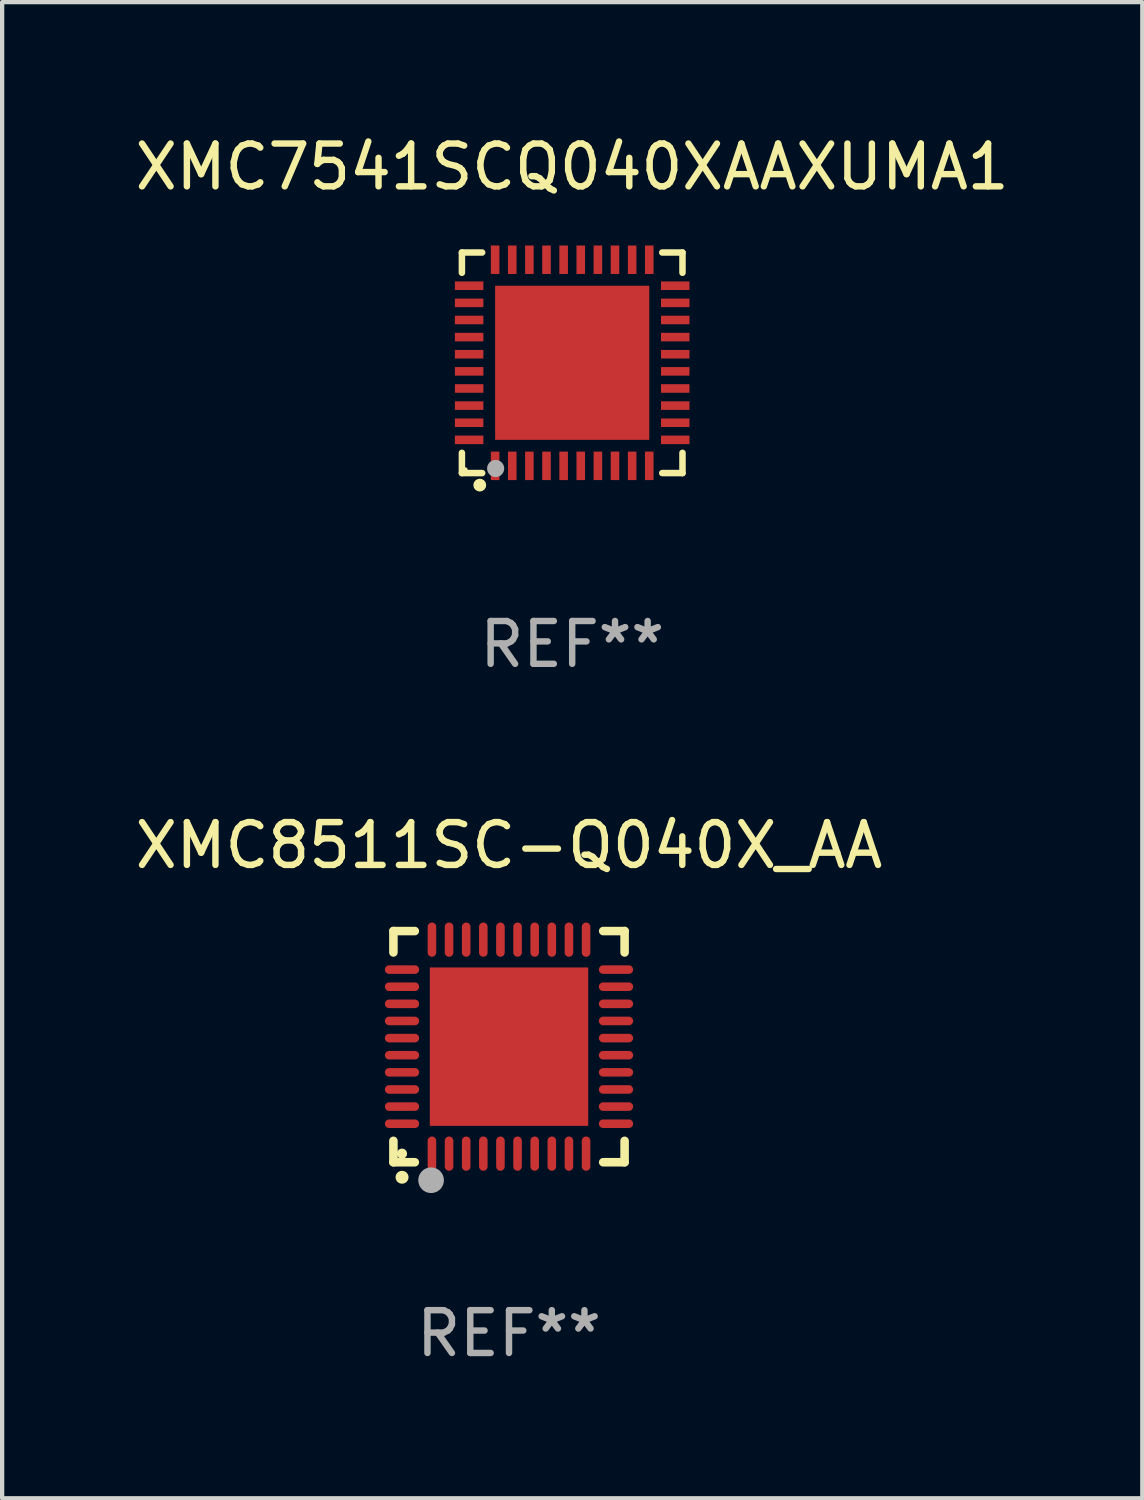
<source format=kicad_pcb>
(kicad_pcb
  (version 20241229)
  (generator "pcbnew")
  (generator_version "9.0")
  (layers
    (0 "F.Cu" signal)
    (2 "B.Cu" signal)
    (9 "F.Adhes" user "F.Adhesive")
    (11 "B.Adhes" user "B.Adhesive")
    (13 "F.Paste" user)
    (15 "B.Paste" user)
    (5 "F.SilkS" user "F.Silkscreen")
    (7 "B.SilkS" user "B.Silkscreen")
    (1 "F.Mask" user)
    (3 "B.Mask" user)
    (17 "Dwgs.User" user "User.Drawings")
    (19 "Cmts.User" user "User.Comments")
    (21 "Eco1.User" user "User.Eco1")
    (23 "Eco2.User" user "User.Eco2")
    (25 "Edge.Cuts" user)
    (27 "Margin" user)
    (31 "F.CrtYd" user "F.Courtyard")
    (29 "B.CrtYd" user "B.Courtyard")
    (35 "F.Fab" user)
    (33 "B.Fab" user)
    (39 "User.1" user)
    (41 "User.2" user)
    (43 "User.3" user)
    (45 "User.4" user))
  (footprint "XMC8511SC-Q040X_AA"
    (layer "F.Cu")
    (at 8.839 21.397)
    (property "Reference" "XMC8511SC-Q040X_AA" (at 0 -4.7 0) (layer "F.SilkS") (effects (font (size 1 1) (thickness 0.15))))
    (attr through_hole)
    (fp_line (start -2.7 -2.7) (end -2.7 -2.2) (stroke (width 0.2) (type solid)) (layer "F.SilkS"))
    (fp_line (start -2.7 2.7) (end -2.7 2.2) (stroke (width 0.2) (type solid)) (layer "F.SilkS"))
    (fp_line (start -2.2 -2.7) (end -2.7 -2.7) (stroke (width 0.2) (type solid)) (layer "F.SilkS"))
    (fp_line (start -2.2 2.7) (end -2.7 2.7) (stroke (width 0.2) (type solid)) (layer "F.SilkS"))
    (fp_line (start 2.7 -2.7) (end 2.2 -2.7) (stroke (width 0.2) (type solid)) (layer "F.SilkS"))
    (fp_line (start 2.7 -2.2) (end 2.7 -2.7) (stroke (width 0.2) (type solid)) (layer "F.SilkS"))
    (fp_line (start 2.7 2.2) (end 2.7 2.7) (stroke (width 0.2) (type solid)) (layer "F.SilkS"))
    (fp_line (start 2.7 2.7) (end 2.2 2.7) (stroke (width 0.2) (type solid)) (layer "F.SilkS"))
    (fp_arc (start -2.499365 3.050546) (mid -2.498095 3.050541) (end -2.496825 3.050546) (stroke (width 0.3) (type solid)) (layer "F.SilkS"))
    (fp_circle (center -2.5 2.5) (end -2.44 2.5) (stroke (width 0.12) (type solid)) (fill no) (layer "F.SilkS"))
    (fp_circle (center -1.82 3.12) (end -1.67 3.12) (stroke (width 0.3) (type solid)) (fill no) (layer "F.Fab"))
    (fp_text user "REF**" (at 0 6.7 0) (layer "F.Fab") (effects (font (size 1 1) (thickness 0.15))))
    (pad "1" smd oval (at -1.8 2.499) (size 0.2 0.8) (layers "F.Cu" "F.Mask" "F.Paste"))
    (pad "2" smd oval (at -1.4 2.499) (size 0.2 0.8) (layers "F.Cu" "F.Mask" "F.Paste"))
    (pad "3" smd oval (at -1 2.499) (size 0.2 0.8) (layers "F.Cu" "F.Mask" "F.Paste"))
    (pad "4" smd oval (at -0.6 2.499) (size 0.2 0.8) (layers "F.Cu" "F.Mask" "F.Paste"))
    (pad "5" smd oval (at -0.2 2.499) (size 0.2 0.8) (layers "F.Cu" "F.Mask" "F.Paste"))
    (pad "6" smd oval (at 0.2 2.499) (size 0.2 0.8) (layers "F.Cu" "F.Mask" "F.Paste"))
    (pad "7" smd oval (at 0.6 2.499) (size 0.2 0.8) (layers "F.Cu" "F.Mask" "F.Paste"))
    (pad "8" smd oval (at 1 2.499) (size 0.2 0.8) (layers "F.Cu" "F.Mask" "F.Paste"))
    (pad "9" smd oval (at 1.4 2.499) (size 0.2 0.8) (layers "F.Cu" "F.Mask" "F.Paste"))
    (pad "10" smd oval (at 1.8 2.499) (size 0.2 0.8) (layers "F.Cu" "F.Mask" "F.Paste"))
    (pad "11" smd oval (at 2.499 1.8) (size 0.8 0.2) (layers "F.Cu" "F.Mask" "F.Paste"))
    (pad "12" smd oval (at 2.499 1.4) (size 0.8 0.2) (layers "F.Cu" "F.Mask" "F.Paste"))
    (pad "13" smd oval (at 2.499 1) (size 0.8 0.2) (layers "F.Cu" "F.Mask" "F.Paste"))
    (pad "14" smd oval (at 2.499 0.6) (size 0.8 0.2) (layers "F.Cu" "F.Mask" "F.Paste"))
    (pad "15" smd oval (at 2.499 0.2) (size 0.8 0.2) (layers "F.Cu" "F.Mask" "F.Paste"))
    (pad "16" smd oval (at 2.499 -0.2) (size 0.8 0.2) (layers "F.Cu" "F.Mask" "F.Paste"))
    (pad "17" smd oval (at 2.499 -0.6) (size 0.8 0.2) (layers "F.Cu" "F.Mask" "F.Paste"))
    (pad "18" smd oval (at 2.499 -1) (size 0.8 0.2) (layers "F.Cu" "F.Mask" "F.Paste"))
    (pad "19" smd oval (at 2.499 -1.4) (size 0.8 0.2) (layers "F.Cu" "F.Mask" "F.Paste"))
    (pad "20" smd oval (at 2.499 -1.8) (size 0.8 0.2) (layers "F.Cu" "F.Mask" "F.Paste"))
    (pad "21" smd oval (at 1.8 -2.499) (size 0.2 0.8) (layers "F.Cu" "F.Mask" "F.Paste"))
    (pad "22" smd oval (at 1.4 -2.499) (size 0.2 0.8) (layers "F.Cu" "F.Mask" "F.Paste"))
    (pad "23" smd oval (at 1 -2.499) (size 0.2 0.8) (layers "F.Cu" "F.Mask" "F.Paste"))
    (pad "24" smd oval (at 0.6 -2.499) (size 0.2 0.8) (layers "F.Cu" "F.Mask" "F.Paste"))
    (pad "25" smd oval (at 0.2 -2.499) (size 0.2 0.8) (layers "F.Cu" "F.Mask" "F.Paste"))
    (pad "26" smd oval (at -0.2 -2.499) (size 0.2 0.8) (layers "F.Cu" "F.Mask" "F.Paste"))
    (pad "27" smd oval (at -0.6 -2.499) (size 0.2 0.8) (layers "F.Cu" "F.Mask" "F.Paste"))
    (pad "28" smd oval (at -1 -2.499) (size 0.2 0.8) (layers "F.Cu" "F.Mask" "F.Paste"))
    (pad "29" smd oval (at -1.4 -2.499) (size 0.2 0.8) (layers "F.Cu" "F.Mask" "F.Paste"))
    (pad "30" smd oval (at -1.8 -2.499) (size 0.2 0.8) (layers "F.Cu" "F.Mask" "F.Paste"))
    (pad "31" smd oval (at -2.499 -1.8) (size 0.8 0.2) (layers "F.Cu" "F.Mask" "F.Paste"))
    (pad "32" smd oval (at -2.499 -1.4) (size 0.8 0.2) (layers "F.Cu" "F.Mask" "F.Paste"))
    (pad "33" smd oval (at -2.499 -1) (size 0.8 0.2) (layers "F.Cu" "F.Mask" "F.Paste"))
    (pad "34" smd oval (at -2.499 -0.6) (size 0.8 0.2) (layers "F.Cu" "F.Mask" "F.Paste"))
    (pad "35" smd oval (at -2.499 -0.2) (size 0.8 0.2) (layers "F.Cu" "F.Mask" "F.Paste"))
    (pad "36" smd oval (at -2.499 0.2) (size 0.8 0.2) (layers "F.Cu" "F.Mask" "F.Paste"))
    (pad "37" smd oval (at -2.499 0.6) (size 0.8 0.2) (layers "F.Cu" "F.Mask" "F.Paste"))
    (pad "38" smd oval (at -2.499 1) (size 0.8 0.2) (layers "F.Cu" "F.Mask" "F.Paste"))
    (pad "39" smd oval (at -2.499 1.4) (size 0.8 0.2) (layers "F.Cu" "F.Mask" "F.Paste"))
    (pad "40" smd oval (at -2.499 1.8) (size 0.8 0.2) (layers "F.Cu" "F.Mask" "F.Paste"))
    (pad "41" smd rect (at 0 0) (size 3.7 3.7) (layers "F.Cu" "F.Mask" "F.Paste")))
  (footprint "XMC7541SCQ040XAAXUMA1"
    (layer "F.Cu")
    (at 10.315 5.424)
    (property "Reference" "XMC7541SCQ040XAAXUMA1" (at 0 -4.576 0) (layer "F.SilkS") (effects (font (size 1 1) (thickness 0.15))))
    (attr through_hole)
    (fp_line (start -2.576 -2.576) (end -2.103 -2.576) (stroke (width 0.152) (type solid)) (layer "F.SilkS"))
    (fp_line (start -2.576 -2.103) (end -2.576 -2.576) (stroke (width 0.152) (type solid)) (layer "F.SilkS"))
    (fp_line (start -2.576 2.103) (end -2.576 2.576) (stroke (width 0.152) (type solid)) (layer "F.SilkS"))
    (fp_line (start -2.576 2.576) (end -2.103 2.576) (stroke (width 0.152) (type solid)) (layer "F.SilkS"))
    (fp_line (start 2.576 -2.576) (end 2.103 -2.576) (stroke (width 0.152) (type solid)) (layer "F.SilkS"))
    (fp_line (start 2.576 -2.103) (end 2.576 -2.576) (stroke (width 0.152) (type solid)) (layer "F.SilkS"))
    (fp_line (start 2.576 2.103) (end 2.576 2.576) (stroke (width 0.152) (type solid)) (layer "F.SilkS"))
    (fp_line (start 2.576 2.576) (end 2.103 2.576) (stroke (width 0.152) (type solid)) (layer "F.SilkS"))
    (fp_circle (center -2.5 2.5) (end -2.47 2.5) (stroke (width 0.06) (type solid)) (fill no) (layer "F.SilkS"))
    (fp_circle (center -2.159 2.857) (end -2.084 2.857) (stroke (width 0.15) (type solid)) (fill no) (layer "F.SilkS"))
    (fp_circle (center -1.788 2.469) (end -1.688 2.469) (stroke (width 0.2) (type solid)) (fill no) (layer "F.Fab"))
    (fp_text user "REF**" (at 0 6.576 0) (layer "F.Fab") (effects (font (size 1 1) (thickness 0.15))))
    (pad "1" smd rect (at -1.8 2.407) (size 0.2 0.665) (layers "F.Cu" "F.Mask" "F.Paste"))
    (pad "2" smd rect (at -1.4 2.407) (size 0.2 0.665) (layers "F.Cu" "F.Mask" "F.Paste"))
    (pad "3" smd rect (at -1 2.407) (size 0.2 0.665) (layers "F.Cu" "F.Mask" "F.Paste"))
    (pad "4" smd rect (at -0.6 2.407) (size 0.2 0.665) (layers "F.Cu" "F.Mask" "F.Paste"))
    (pad "5" smd rect (at -0.2 2.407) (size 0.2 0.665) (layers "F.Cu" "F.Mask" "F.Paste"))
    (pad "6" smd rect (at 0.2 2.407) (size 0.2 0.665) (layers "F.Cu" "F.Mask" "F.Paste"))
    (pad "7" smd rect (at 0.6 2.407) (size 0.2 0.665) (layers "F.Cu" "F.Mask" "F.Paste"))
    (pad "8" smd rect (at 1 2.407) (size 0.2 0.665) (layers "F.Cu" "F.Mask" "F.Paste"))
    (pad "9" smd rect (at 1.4 2.407) (size 0.2 0.665) (layers "F.Cu" "F.Mask" "F.Paste"))
    (pad "10" smd rect (at 1.8 2.407) (size 0.2 0.665) (layers "F.Cu" "F.Mask" "F.Paste"))
    (pad "11" smd rect (at 2.407 1.8) (size 0.665 0.2) (layers "F.Cu" "F.Mask" "F.Paste"))
    (pad "12" smd rect (at 2.407 1.4) (size 0.665 0.2) (layers "F.Cu" "F.Mask" "F.Paste"))
    (pad "13" smd rect (at 2.407 1) (size 0.665 0.2) (layers "F.Cu" "F.Mask" "F.Paste"))
    (pad "14" smd rect (at 2.407 0.6) (size 0.665 0.2) (layers "F.Cu" "F.Mask" "F.Paste"))
    (pad "15" smd rect (at 2.407 0.2) (size 0.665 0.2) (layers "F.Cu" "F.Mask" "F.Paste"))
    (pad "16" smd rect (at 2.407 -0.2) (size 0.665 0.2) (layers "F.Cu" "F.Mask" "F.Paste"))
    (pad "17" smd rect (at 2.407 -0.6) (size 0.665 0.2) (layers "F.Cu" "F.Mask" "F.Paste"))
    (pad "18" smd rect (at 2.407 -1) (size 0.665 0.2) (layers "F.Cu" "F.Mask" "F.Paste"))
    (pad "19" smd rect (at 2.407 -1.4) (size 0.665 0.2) (layers "F.Cu" "F.Mask" "F.Paste"))
    (pad "20" smd rect (at 2.407 -1.8) (size 0.665 0.2) (layers "F.Cu" "F.Mask" "F.Paste"))
    (pad "21" smd rect (at 1.8 -2.407) (size 0.2 0.665) (layers "F.Cu" "F.Mask" "F.Paste"))
    (pad "22" smd rect (at 1.4 -2.407) (size 0.2 0.665) (layers "F.Cu" "F.Mask" "F.Paste"))
    (pad "23" smd rect (at 1 -2.407) (size 0.2 0.665) (layers "F.Cu" "F.Mask" "F.Paste"))
    (pad "24" smd rect (at 0.6 -2.407) (size 0.2 0.665) (layers "F.Cu" "F.Mask" "F.Paste"))
    (pad "25" smd rect (at 0.2 -2.407) (size 0.2 0.665) (layers "F.Cu" "F.Mask" "F.Paste"))
    (pad "26" smd rect (at -0.2 -2.407) (size 0.2 0.665) (layers "F.Cu" "F.Mask" "F.Paste"))
    (pad "27" smd rect (at -0.6 -2.407) (size 0.2 0.665) (layers "F.Cu" "F.Mask" "F.Paste"))
    (pad "28" smd rect (at -1 -2.407) (size 0.2 0.665) (layers "F.Cu" "F.Mask" "F.Paste"))
    (pad "29" smd rect (at -1.4 -2.407) (size 0.2 0.665) (layers "F.Cu" "F.Mask" "F.Paste"))
    (pad "30" smd rect (at -1.8 -2.407) (size 0.2 0.665) (layers "F.Cu" "F.Mask" "F.Paste"))
    (pad "31" smd rect (at -2.407 -1.8) (size 0.665 0.2) (layers "F.Cu" "F.Mask" "F.Paste"))
    (pad "32" smd rect (at -2.407 -1.4) (size 0.665 0.2) (layers "F.Cu" "F.Mask" "F.Paste"))
    (pad "33" smd rect (at -2.407 -1) (size 0.665 0.2) (layers "F.Cu" "F.Mask" "F.Paste"))
    (pad "34" smd rect (at -2.407 -0.6) (size 0.665 0.2) (layers "F.Cu" "F.Mask" "F.Paste"))
    (pad "35" smd rect (at -2.407 -0.2) (size 0.665 0.2) (layers "F.Cu" "F.Mask" "F.Paste"))
    (pad "36" smd rect (at -2.407 0.2) (size 0.665 0.2) (layers "F.Cu" "F.Mask" "F.Paste"))
    (pad "37" smd rect (at -2.407 0.6) (size 0.665 0.2) (layers "F.Cu" "F.Mask" "F.Paste"))
    (pad "38" smd rect (at -2.407 1) (size 0.665 0.2) (layers "F.Cu" "F.Mask" "F.Paste"))
    (pad "39" smd rect (at -2.407 1.4) (size 0.665 0.2) (layers "F.Cu" "F.Mask" "F.Paste"))
    (pad "40" smd rect (at -2.407 1.8) (size 0.665 0.2) (layers "F.Cu" "F.Mask" "F.Paste"))
    (pad "41" smd rect (at 0 0) (size 3.6 3.6) (layers "F.Cu" "F.Mask" "F.Paste")))
  (gr_rect
    (start -3 -3)
    (end 23.631 31.945)
    (stroke (width 0.1) (type default))
    (fill no)
    (layer "Edge.Cuts")))
</source>
